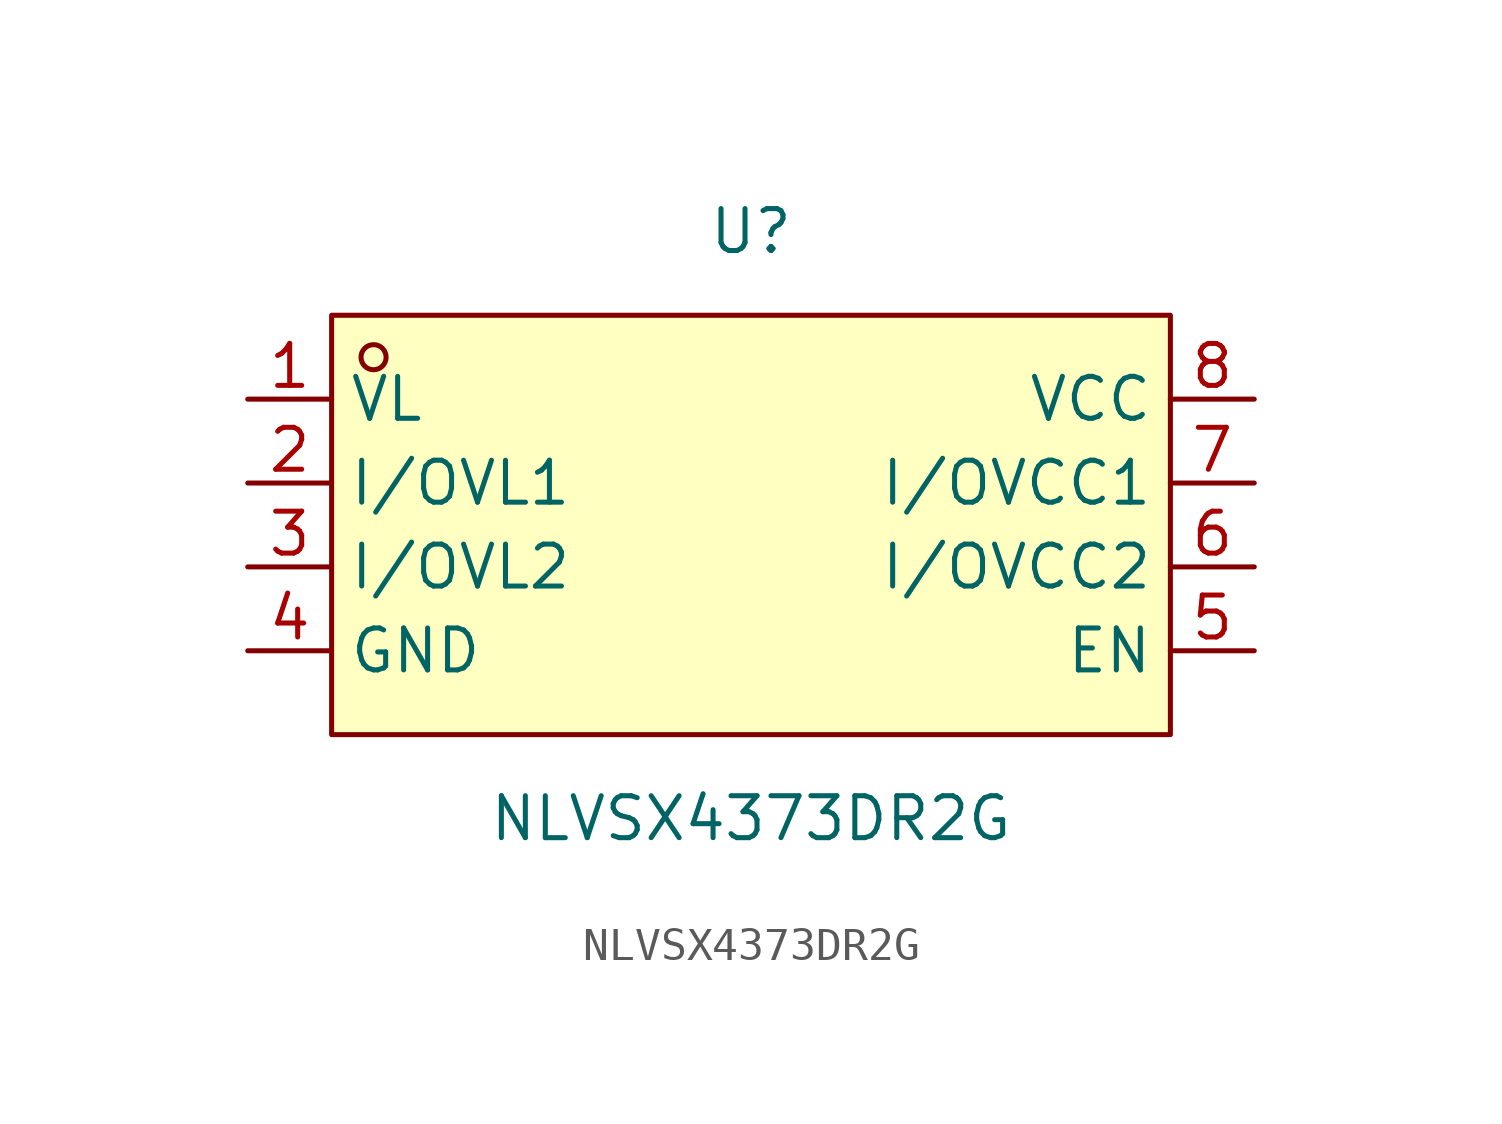
<source format=kicad_sym>
(kicad_symbol_lib
  (version 20231120)
  (generator "kicad_symbol_editor")
  (generator_version "8.0")
  (symbol "NLVSX4373DR2G"
    (property "Reference" "U"
      (at 0 7.62 0)
      (effects (font (size 1.27 1.27))))
    (property "Value" "NLVSX4373DR2G"
      (at 0 -10.16 0)
      (effects (font (size 1.27 1.27))))
    (symbol "NLVSX4373DR2G_0_1"
      (rectangle (start -12.7 5.08) (end 12.7 -7.62) (stroke (width 0) (type default)) (fill (type background)))
      (circle (center -11.43 3.81) (radius 0.38) (stroke (width 0) (type default)) (fill (type none)))
      (pin power_in line (at -15.24 2.54 0) (length 2.54) (name "VL" (effects (font (size 1.27 1.27)))) (number "1" (effects (font (size 1.27 1.27)))))
      (pin bidirectional line (at -15.24 0 0) (length 2.54) (name "I/OVL1" (effects (font (size 1.27 1.27)))) (number "2" (effects (font (size 1.27 1.27)))))
      (pin bidirectional line (at -15.24 -2.54 0) (length 2.54) (name "I/OVL2" (effects (font (size 1.27 1.27)))) (number "3" (effects (font (size 1.27 1.27)))))
      (pin power_in line (at -15.24 -5.08 0) (length 2.54) (name "GND" (effects (font (size 1.27 1.27)))) (number "4" (effects (font (size 1.27 1.27)))))
      (pin input line (at 15.24 -5.08 180) (length 2.54) (name "EN" (effects (font (size 1.27 1.27)))) (number "5" (effects (font (size 1.27 1.27)))))
      (pin bidirectional line (at 15.24 -2.54 180) (length 2.54) (name "I/OVCC2" (effects (font (size 1.27 1.27)))) (number "6" (effects (font (size 1.27 1.27)))))
      (pin bidirectional line (at 15.24 0 180) (length 2.54) (name "I/OVCC1" (effects (font (size 1.27 1.27)))) (number "7" (effects (font (size 1.27 1.27)))))
      (pin power_in line (at 15.24 2.54 180) (length 2.54) (name "VCC" (effects (font (size 1.27 1.27)))) (number "8" (effects (font (size 1.27 1.27))))))))
</source>
